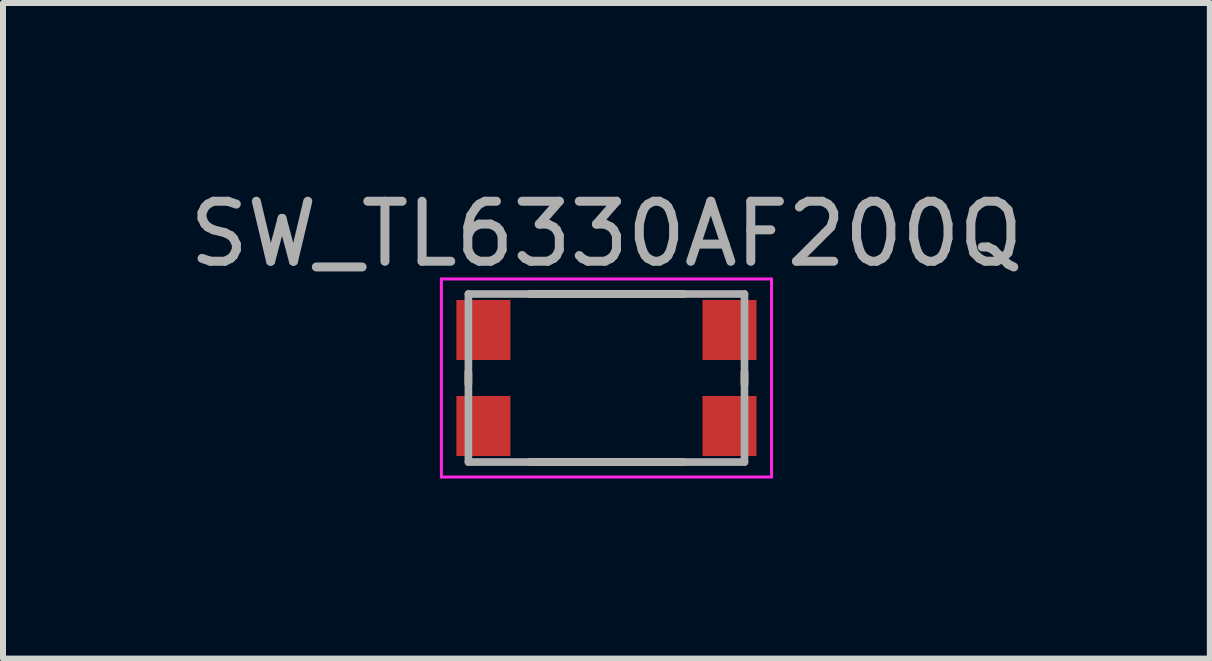
<source format=kicad_pcb>
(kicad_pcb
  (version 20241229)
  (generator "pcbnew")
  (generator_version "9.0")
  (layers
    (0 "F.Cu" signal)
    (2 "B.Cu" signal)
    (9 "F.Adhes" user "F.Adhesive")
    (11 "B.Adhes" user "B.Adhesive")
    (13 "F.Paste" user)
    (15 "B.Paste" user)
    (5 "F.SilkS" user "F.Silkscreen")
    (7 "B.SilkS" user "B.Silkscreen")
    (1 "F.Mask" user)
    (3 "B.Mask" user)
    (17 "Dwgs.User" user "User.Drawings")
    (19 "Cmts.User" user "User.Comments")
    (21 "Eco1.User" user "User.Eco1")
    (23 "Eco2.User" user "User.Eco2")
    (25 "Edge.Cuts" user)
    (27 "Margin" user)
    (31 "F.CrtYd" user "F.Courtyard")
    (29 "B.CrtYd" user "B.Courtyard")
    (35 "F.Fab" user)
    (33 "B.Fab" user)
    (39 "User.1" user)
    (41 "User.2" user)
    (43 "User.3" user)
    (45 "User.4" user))
  (footprint "SW_TL6330AF200Q"
    (layer "F.Cu")
    (at 7.054 3.248)
    (property "Reference" "SW_TL6330AF200Q" (at 0 -2.4 0) (layer "F.Fab") (effects (font (size 1 1) (thickness 0.15))))
    (attr smd)
    (fp_line (start -2.3 -0.1) (end -2.3 0.1) (stroke (width 0.127) (type solid)) (layer "F.SilkS"))
    (fp_line (start -1.286 -1.4) (end 1.286 -1.4) (stroke (width 0.127) (type solid)) (layer "F.SilkS"))
    (fp_line (start -1.286 1.4) (end 1.286 1.4) (stroke (width 0.127) (type solid)) (layer "F.SilkS"))
    (fp_line (start 2.3 -0.1) (end 2.3 0.1) (stroke (width 0.127) (type solid)) (layer "F.SilkS"))
    (fp_line (start -2.75 -1.65) (end 2.75 -1.65) (stroke (width 0.05) (type solid)) (layer "F.CrtYd"))
    (fp_line (start -2.75 1.65) (end -2.75 -1.65) (stroke (width 0.05) (type solid)) (layer "F.CrtYd"))
    (fp_line (start 2.75 -1.65) (end 2.75 1.65) (stroke (width 0.05) (type solid)) (layer "F.CrtYd"))
    (fp_line (start 2.75 1.65) (end -2.75 1.65) (stroke (width 0.05) (type solid)) (layer "F.CrtYd"))
    (fp_line (start -2.3 -1.4) (end 2.3 -1.4) (stroke (width 0.127) (type solid)) (layer "F.Fab"))
    (fp_line (start -2.3 1.4) (end -2.3 -1.4) (stroke (width 0.127) (type solid)) (layer "F.Fab"))
    (fp_line (start 2.3 -1.4) (end 2.3 1.4) (stroke (width 0.127) (type solid)) (layer "F.Fab"))
    (fp_line (start 2.3 1.4) (end -2.3 1.4) (stroke (width 0.127) (type solid)) (layer "F.Fab"))
    (pad "1" smd rect (at -2.05 0.8) (size 0.9 1) (layers "F.Cu" "F.Mask" "F.Paste"))
    (pad "2" smd rect (at 2.05 0.8) (size 0.9 1) (layers "F.Cu" "F.Mask" "F.Paste"))
    (pad "3" smd rect (at -2.05 -0.8) (size 0.9 1) (layers "F.Cu" "F.Mask" "F.Paste"))
    (pad "4" smd rect (at 2.05 -0.8) (size 0.9 1) (layers "F.Cu" "F.Mask" "F.Paste")))
  (gr_rect
    (start -3 -3)
    (end 17.107 7.923)
    (stroke (width 0.1) (type default))
    (fill no)
    (layer "Edge.Cuts")))
</source>
